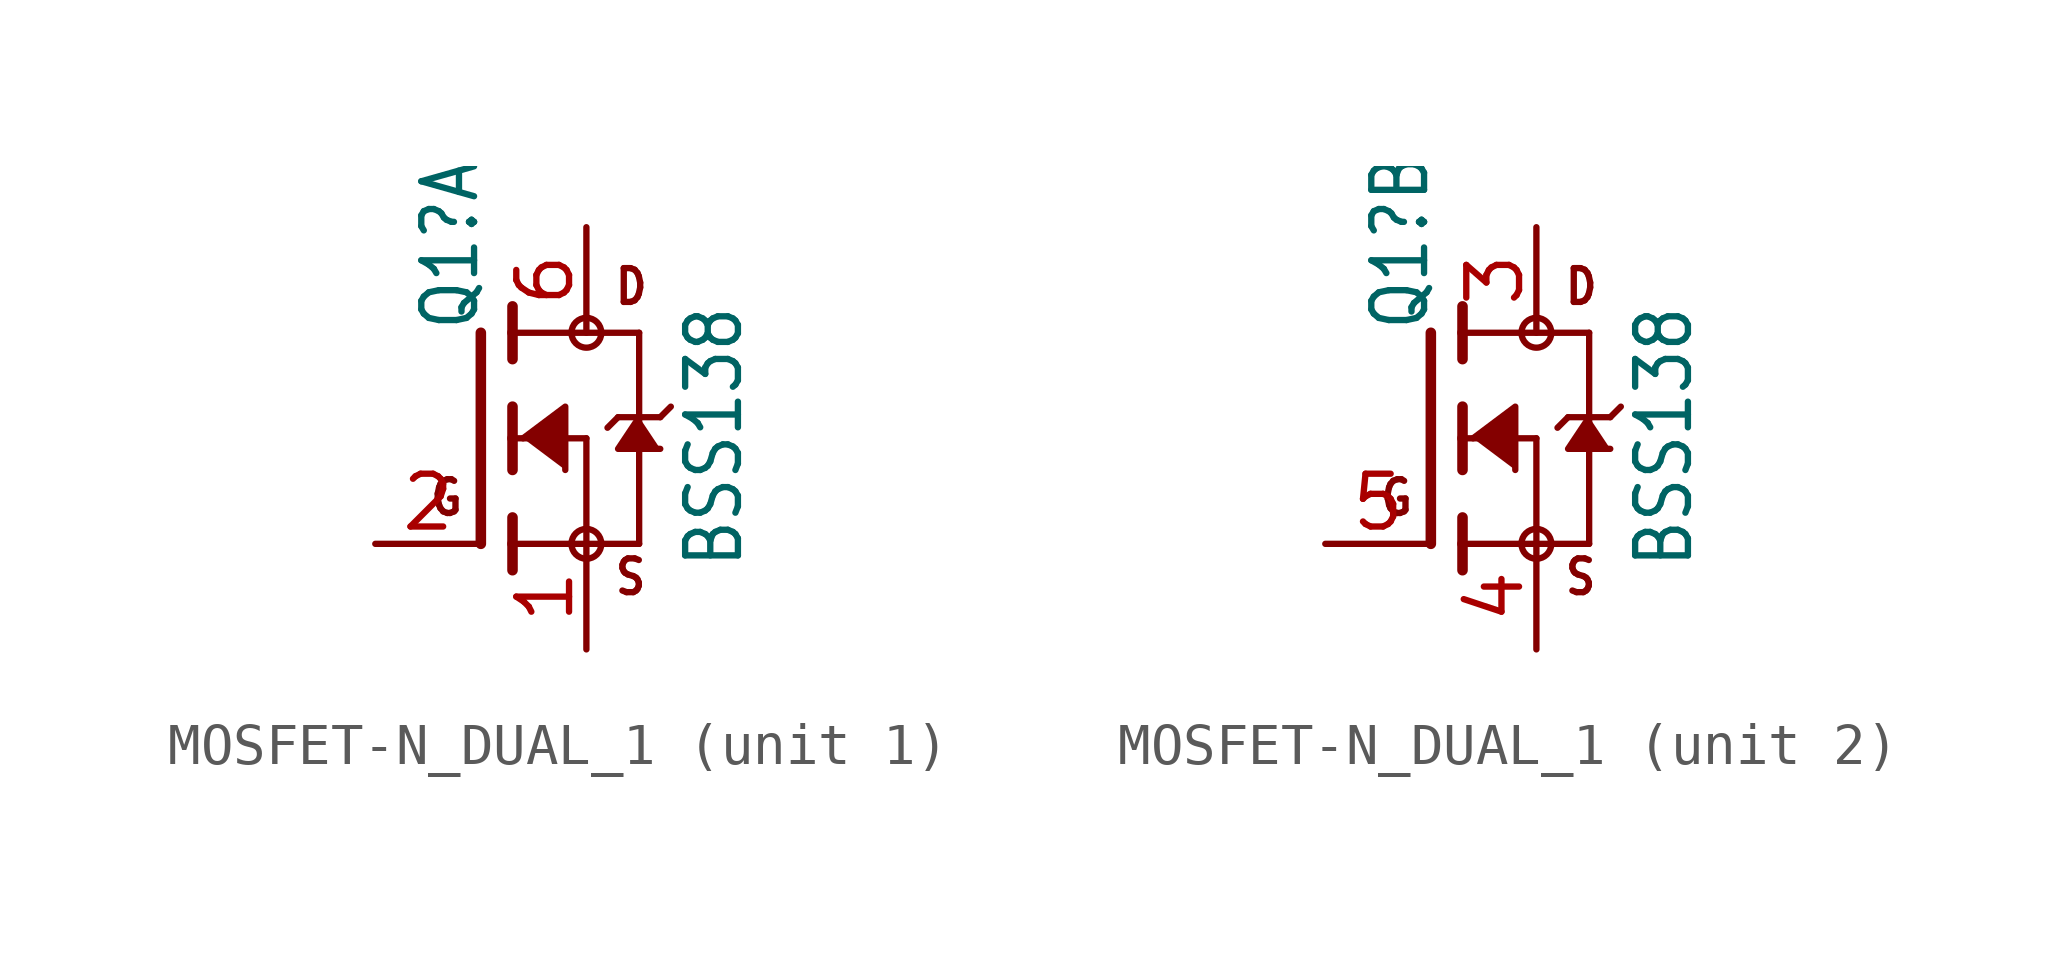
<source format=kicad_sym>
(kicad_symbol_lib
  (version 20220914)
  (generator kicad_symbol_editor)
  (symbol "MOSFET-N_DUAL_1"
    (property "Reference" "Q1"
      (at 0 2.54 90)
      (effects (font (size 1.27 1.079)) (justify left bottom)))
    (property "Value" "BSS138"
      (at 6.35 -3.175 90)
      (effects (font (size 1.27 1.079)) (justify left bottom)))
    (property "ki_locked" ""
      (at 0 0 0)
      (effects (font (size 1.27 1.27))))
    (symbol "MOSFET-N_DUAL_1_1_0"
      (polyline (pts (xy 0 2.54) (xy 0 -2.54)) (stroke (width 0.254) (type solid)) (fill (type none)))
      (polyline (pts (xy 0.762 -2.54) (xy 0.762 -3.175)) (stroke (width 0.254) (type solid)) (fill (type none)))
      (polyline (pts (xy 0.762 -1.905) (xy 0.762 -2.54)) (stroke (width 0.254) (type solid)) (fill (type none)))
      (polyline (pts (xy 0.762 0) (xy 0.762 -0.762)) (stroke (width 0.254) (type solid)) (fill (type none)))
      (polyline (pts (xy 0.762 0) (xy 2.54 0)) (stroke (width 0.152) (type solid)) (fill (type none)))
      (polyline (pts (xy 0.762 0.762) (xy 0.762 0)) (stroke (width 0.254) (type solid)) (fill (type none)))
      (polyline (pts (xy 0.762 2.54) (xy 0.762 1.905)) (stroke (width 0.254) (type solid)) (fill (type none)))
      (polyline (pts (xy 0.762 2.54) (xy 3.81 2.54)) (stroke (width 0.152) (type solid)) (fill (type none)))
      (polyline (pts (xy 0.762 3.175) (xy 0.762 2.54)) (stroke (width 0.254) (type solid)) (fill (type none)))
      (polyline (pts (xy 2.54 -2.54) (xy 0.762 -2.54)) (stroke (width 0.152) (type solid)) (fill (type none)))
      (polyline (pts (xy 2.54 -2.54) (xy 3.81 -2.54)) (stroke (width 0.152) (type solid)) (fill (type none)))
      (polyline (pts (xy 2.54 0) (xy 2.54 -2.54)) (stroke (width 0.152) (type solid)) (fill (type none)))
      (polyline (pts (xy 3.302 0.508) (xy 3.048 0.254)) (stroke (width 0.152) (type solid)) (fill (type none)))
      (polyline (pts (xy 3.81 0.508) (xy 3.302 0.508)) (stroke (width 0.152) (type solid)) (fill (type none)))
      (polyline (pts (xy 3.81 0.508) (xy 3.81 -2.54)) (stroke (width 0.152) (type solid)) (fill (type none)))
      (polyline (pts (xy 3.81 2.54) (xy 3.81 0.508)) (stroke (width 0.152) (type solid)) (fill (type none)))
      (polyline (pts (xy 4.318 0.508) (xy 3.81 0.508)) (stroke (width 0.152) (type solid)) (fill (type none)))
      (polyline (pts (xy 4.572 0.762) (xy 4.318 0.508)) (stroke (width 0.152) (type solid)) (fill (type none)))
      (polyline (pts (xy 1.016 0) (xy 2.032 0.762) (xy 2.032 -0.762)) (stroke (width 0.152) (type solid)) (fill (type outline)))
      (polyline (pts (xy 3.81 0.508) (xy 3.302 -0.254) (xy 4.318 -0.254)) (stroke (width 0.152) (type solid)) (fill (type outline)))
      (circle (center 2.54 -2.54) (radius 0.359) (stroke (width 0) (type solid)) (fill (type none)))
      (circle (center 2.54 2.54) (radius 0.359) (stroke (width 0) (type solid)) (fill (type none)))
      (text "D" (at 3.175 3.175 0) (effects (font (size 0.813 0.691)) (justify left bottom)))
      (text "G" (at -1.27 -1.905 0) (effects (font (size 0.813 0.691)) (justify left bottom)))
      (text "S" (at 3.175 -3.81 0) (effects (font (size 0.813 0.691)) (justify left bottom)))
      (pin bidirectional line (at 2.54 -5.08 90) (length 2.54) (name "S" (effects (font (size 0 0)))) (number "1" (effects (font (size 1.27 1.27)))))
      (pin bidirectional line (at -2.54 -2.54 0) (length 2.54) (name "G" (effects (font (size 0 0)))) (number "2" (effects (font (size 1.27 1.27)))))
      (pin bidirectional line (at 2.54 5.08 270) (length 2.54) (name "D" (effects (font (size 0 0)))) (number "6" (effects (font (size 1.27 1.27))))))
    (symbol "MOSFET-N_DUAL_1_2_0"
      (polyline (pts (xy 0 2.54) (xy 0 -2.54)) (stroke (width 0.254) (type solid)) (fill (type none)))
      (polyline (pts (xy 0.762 -2.54) (xy 0.762 -3.175)) (stroke (width 0.254) (type solid)) (fill (type none)))
      (polyline (pts (xy 0.762 -1.905) (xy 0.762 -2.54)) (stroke (width 0.254) (type solid)) (fill (type none)))
      (polyline (pts (xy 0.762 0) (xy 0.762 -0.762)) (stroke (width 0.254) (type solid)) (fill (type none)))
      (polyline (pts (xy 0.762 0) (xy 2.54 0)) (stroke (width 0.152) (type solid)) (fill (type none)))
      (polyline (pts (xy 0.762 0.762) (xy 0.762 0)) (stroke (width 0.254) (type solid)) (fill (type none)))
      (polyline (pts (xy 0.762 2.54) (xy 0.762 1.905)) (stroke (width 0.254) (type solid)) (fill (type none)))
      (polyline (pts (xy 0.762 2.54) (xy 3.81 2.54)) (stroke (width 0.152) (type solid)) (fill (type none)))
      (polyline (pts (xy 0.762 3.175) (xy 0.762 2.54)) (stroke (width 0.254) (type solid)) (fill (type none)))
      (polyline (pts (xy 2.54 -2.54) (xy 0.762 -2.54)) (stroke (width 0.152) (type solid)) (fill (type none)))
      (polyline (pts (xy 2.54 -2.54) (xy 3.81 -2.54)) (stroke (width 0.152) (type solid)) (fill (type none)))
      (polyline (pts (xy 2.54 0) (xy 2.54 -2.54)) (stroke (width 0.152) (type solid)) (fill (type none)))
      (polyline (pts (xy 3.302 0.508) (xy 3.048 0.254)) (stroke (width 0.152) (type solid)) (fill (type none)))
      (polyline (pts (xy 3.81 0.508) (xy 3.302 0.508)) (stroke (width 0.152) (type solid)) (fill (type none)))
      (polyline (pts (xy 3.81 0.508) (xy 3.81 -2.54)) (stroke (width 0.152) (type solid)) (fill (type none)))
      (polyline (pts (xy 3.81 2.54) (xy 3.81 0.508)) (stroke (width 0.152) (type solid)) (fill (type none)))
      (polyline (pts (xy 4.318 0.508) (xy 3.81 0.508)) (stroke (width 0.152) (type solid)) (fill (type none)))
      (polyline (pts (xy 4.572 0.762) (xy 4.318 0.508)) (stroke (width 0.152) (type solid)) (fill (type none)))
      (polyline (pts (xy 1.016 0) (xy 2.032 0.762) (xy 2.032 -0.762)) (stroke (width 0.152) (type solid)) (fill (type outline)))
      (polyline (pts (xy 3.81 0.508) (xy 3.302 -0.254) (xy 4.318 -0.254)) (stroke (width 0.152) (type solid)) (fill (type outline)))
      (circle (center 2.54 -2.54) (radius 0.359) (stroke (width 0) (type solid)) (fill (type none)))
      (circle (center 2.54 2.54) (radius 0.359) (stroke (width 0) (type solid)) (fill (type none)))
      (text "D" (at 3.175 3.175 0) (effects (font (size 0.813 0.691)) (justify left bottom)))
      (text "G" (at -1.27 -1.905 0) (effects (font (size 0.813 0.691)) (justify left bottom)))
      (text "S" (at 3.175 -3.81 0) (effects (font (size 0.813 0.691)) (justify left bottom)))
      (pin bidirectional line (at 2.54 5.08 270) (length 2.54) (name "D" (effects (font (size 0 0)))) (number "3" (effects (font (size 1.27 1.27)))))
      (pin bidirectional line (at 2.54 -5.08 90) (length 2.54) (name "S" (effects (font (size 0 0)))) (number "4" (effects (font (size 1.27 1.27)))))
      (pin power_in line (at -2.54 -2.54 0) (length 2.54) (name "G" (effects (font (size 0 0)))) (number "5" (effects (font (size 1.27 1.27))))))))
</source>
